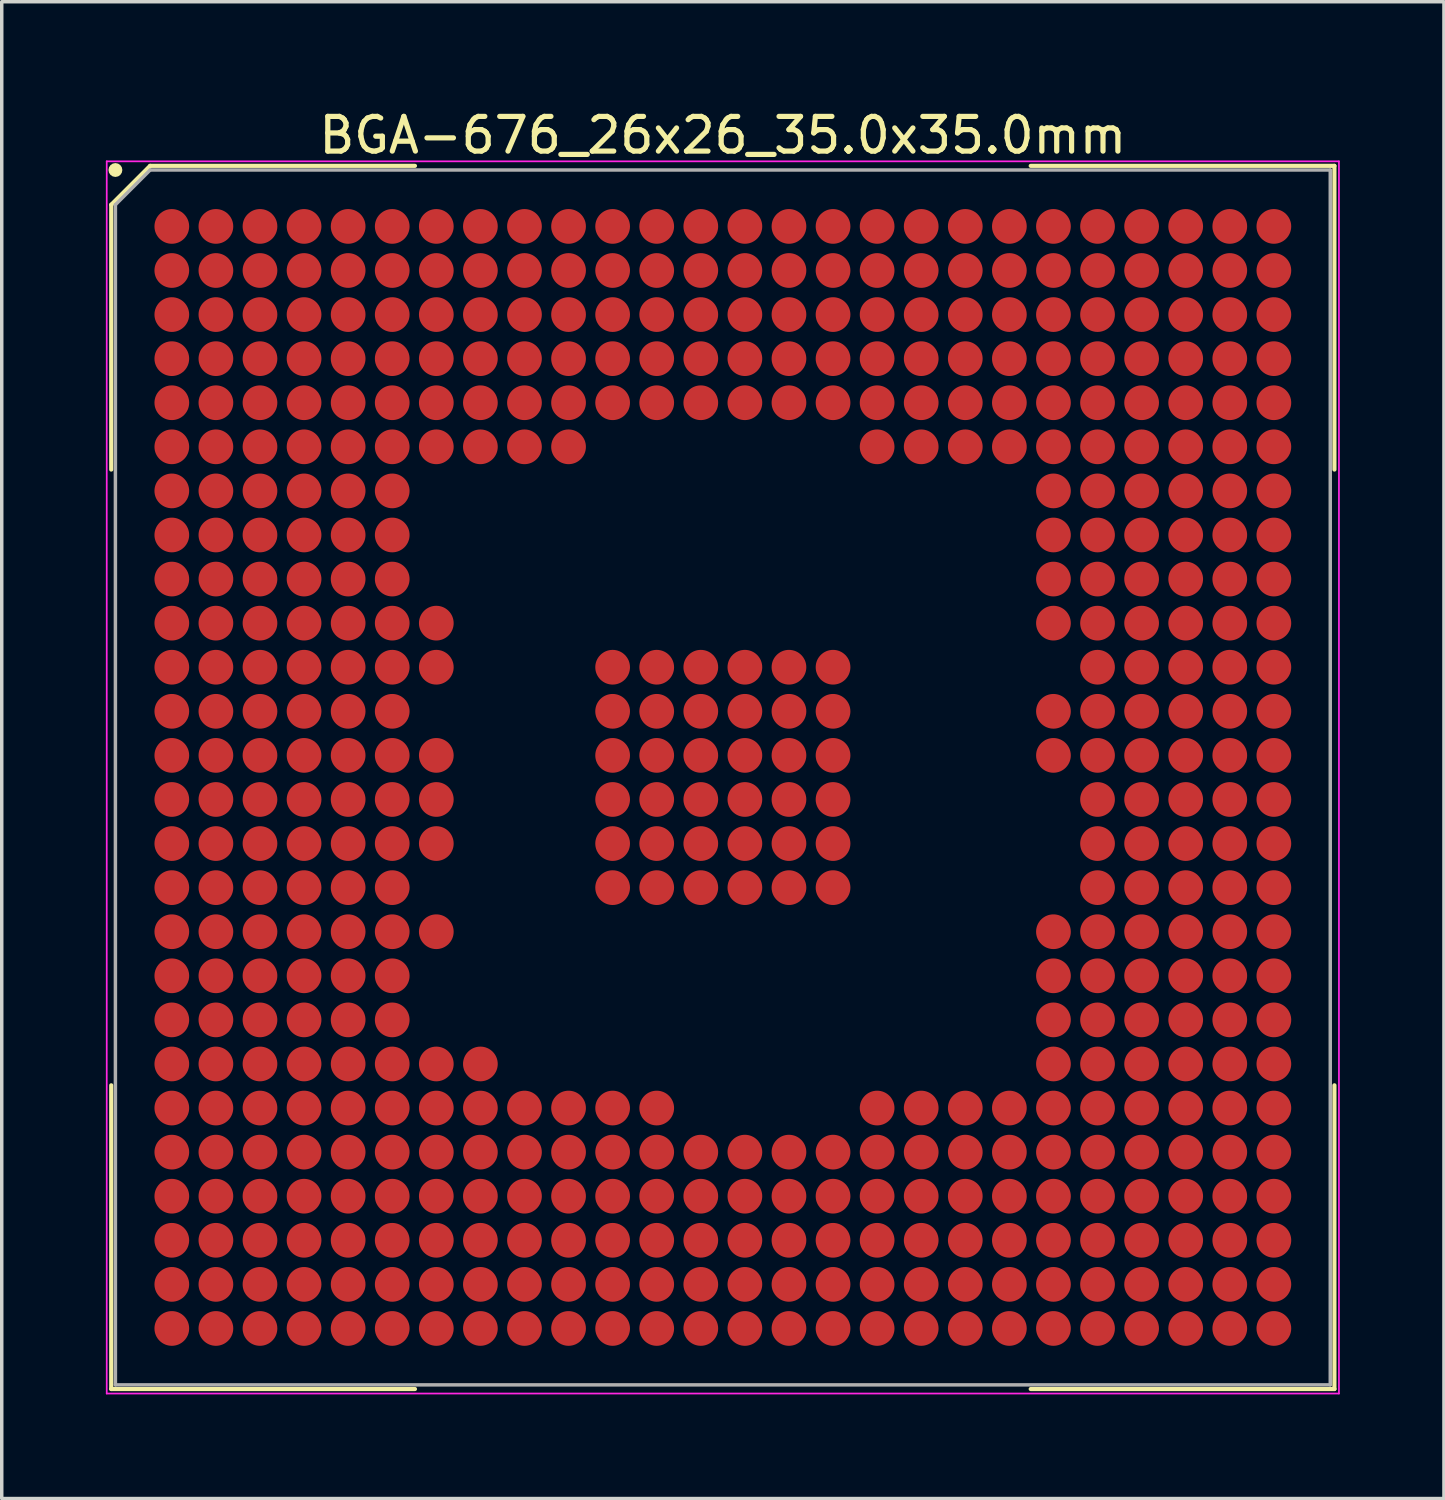
<source format=kicad_pcb>
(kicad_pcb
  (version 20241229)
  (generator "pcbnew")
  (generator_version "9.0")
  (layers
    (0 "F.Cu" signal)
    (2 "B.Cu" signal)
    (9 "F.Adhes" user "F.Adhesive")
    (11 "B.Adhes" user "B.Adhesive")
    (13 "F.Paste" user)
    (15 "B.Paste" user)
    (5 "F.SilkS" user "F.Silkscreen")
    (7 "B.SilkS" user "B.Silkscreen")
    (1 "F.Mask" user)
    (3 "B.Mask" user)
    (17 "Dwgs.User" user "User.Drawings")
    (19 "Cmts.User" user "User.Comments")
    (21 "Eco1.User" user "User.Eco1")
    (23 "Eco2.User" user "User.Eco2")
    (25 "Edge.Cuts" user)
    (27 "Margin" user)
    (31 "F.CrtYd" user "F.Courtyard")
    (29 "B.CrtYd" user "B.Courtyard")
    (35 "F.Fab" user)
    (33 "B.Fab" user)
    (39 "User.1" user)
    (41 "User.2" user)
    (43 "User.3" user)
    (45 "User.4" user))
  (footprint "BGA-676_26x26_35.0x35.0mm"
    (layer "F.Cu")
    (at 17.775 19.348)
    (property "Reference" "BGA-676_26x26_35.0x35.0mm" (at 0 -18.5 0) (layer "F.SilkS") (effects (font (size 1 1) (thickness 0.15))))
    (attr smd)
    (fp_line (start -17.62 -16.5) (end -17.62 -8.87) (stroke (width 0.12) (type default)) (layer "F.SilkS"))
    (fp_line (start -17.62 17.62) (end -17.62 8.87) (stroke (width 0.12) (type default)) (layer "F.SilkS"))
    (fp_line (start -16.5 -17.62) (end -17.62 -16.5) (stroke (width 0.12) (type default)) (layer "F.SilkS"))
    (fp_line (start -8.87 -17.62) (end -16.5 -17.62) (stroke (width 0.12) (type default)) (layer "F.SilkS"))
    (fp_line (start -8.87 17.62) (end -17.62 17.62) (stroke (width 0.12) (type default)) (layer "F.SilkS"))
    (fp_line (start 8.87 -17.62) (end 17.62 -17.62) (stroke (width 0.12) (type default)) (layer "F.SilkS"))
    (fp_line (start 8.87 17.62) (end 17.62 17.62) (stroke (width 0.12) (type default)) (layer "F.SilkS"))
    (fp_line (start 17.62 -17.62) (end 17.62 -8.87) (stroke (width 0.12) (type default)) (layer "F.SilkS"))
    (fp_line (start 17.62 17.62) (end 17.62 8.87) (stroke (width 0.12) (type default)) (layer "F.SilkS"))
    (fp_circle (center -17.5 -17.5) (end -17.5 -17.4) (stroke (width 0.2) (type default)) (fill no) (layer "F.SilkS"))
    (fp_line (start -17.75 -17.75) (end 17.75 -17.75) (stroke (width 0.05) (type default)) (layer "F.CrtYd"))
    (fp_line (start -17.75 17.75) (end -17.75 -17.75) (stroke (width 0.05) (type default)) (layer "F.CrtYd"))
    (fp_line (start 17.75 -17.75) (end 17.75 17.75) (stroke (width 0.05) (type default)) (layer "F.CrtYd"))
    (fp_line (start 17.75 17.75) (end -17.75 17.75) (stroke (width 0.05) (type default)) (layer "F.CrtYd"))
    (fp_line (start -17.5 -16.5) (end -17.5 17.5) (stroke (width 0.1) (type default)) (layer "F.Fab"))
    (fp_line (start -17.5 17.5) (end 17.5 17.5) (stroke (width 0.1) (type default)) (layer "F.Fab"))
    (fp_line (start -16.5 -17.5) (end -17.5 -16.5) (stroke (width 0.1) (type default)) (layer "F.Fab"))
    (fp_line (start 17.5 -17.5) (end -16.5 -17.5) (stroke (width 0.1) (type default)) (layer "F.Fab"))
    (fp_line (start 17.5 17.5) (end 17.5 -17.5) (stroke (width 0.1) (type default)) (layer "F.Fab"))
    (pad "A1" smd circle (at -15.875 -15.875) (size 1 1) (layers "F.Cu" "F.Mask" "F.Paste"))
    (pad "A2" smd circle (at -14.605 -15.875) (size 1 1) (layers "F.Cu" "F.Mask" "F.Paste"))
    (pad "A3" smd circle (at -13.335 -15.875) (size 1 1) (layers "F.Cu" "F.Mask" "F.Paste"))
    (pad "A4" smd circle (at -12.065 -15.875) (size 1 1) (layers "F.Cu" "F.Mask" "F.Paste"))
    (pad "A5" smd circle (at -10.795 -15.875) (size 1 1) (layers "F.Cu" "F.Mask" "F.Paste"))
    (pad "A6" smd circle (at -9.525 -15.875) (size 1 1) (layers "F.Cu" "F.Mask" "F.Paste"))
    (pad "A7" smd circle (at -8.255 -15.875) (size 1 1) (layers "F.Cu" "F.Mask" "F.Paste"))
    (pad "A8" smd circle (at -6.985 -15.875) (size 1 1) (layers "F.Cu" "F.Mask" "F.Paste"))
    (pad "A9" smd circle (at -5.715 -15.875) (size 1 1) (layers "F.Cu" "F.Mask" "F.Paste"))
    (pad "A10" smd circle (at -4.445 -15.875) (size 1 1) (layers "F.Cu" "F.Mask" "F.Paste"))
    (pad "A11" smd circle (at -3.175 -15.875) (size 1 1) (layers "F.Cu" "F.Mask" "F.Paste"))
    (pad "A12" smd circle (at -1.905 -15.875) (size 1 1) (layers "F.Cu" "F.Mask" "F.Paste"))
    (pad "A13" smd circle (at -0.635 -15.875) (size 1 1) (layers "F.Cu" "F.Mask" "F.Paste"))
    (pad "A14" smd circle (at 0.635 -15.875) (size 1 1) (layers "F.Cu" "F.Mask" "F.Paste"))
    (pad "A15" smd circle (at 1.905 -15.875) (size 1 1) (layers "F.Cu" "F.Mask" "F.Paste"))
    (pad "A16" smd circle (at 3.175 -15.875) (size 1 1) (layers "F.Cu" "F.Mask" "F.Paste"))
    (pad "A17" smd circle (at 4.445 -15.875) (size 1 1) (layers "F.Cu" "F.Mask" "F.Paste"))
    (pad "A18" smd circle (at 5.715 -15.875) (size 1 1) (layers "F.Cu" "F.Mask" "F.Paste"))
    (pad "A19" smd circle (at 6.985 -15.875) (size 1 1) (layers "F.Cu" "F.Mask" "F.Paste"))
    (pad "A20" smd circle (at 8.255 -15.875) (size 1 1) (layers "F.Cu" "F.Mask" "F.Paste"))
    (pad "A21" smd circle (at 9.525 -15.875) (size 1 1) (layers "F.Cu" "F.Mask" "F.Paste"))
    (pad "A22" smd circle (at 10.795 -15.875) (size 1 1) (layers "F.Cu" "F.Mask" "F.Paste"))
    (pad "A23" smd circle (at 12.065 -15.875) (size 1 1) (layers "F.Cu" "F.Mask" "F.Paste"))
    (pad "A24" smd circle (at 13.335 -15.875) (size 1 1) (layers "F.Cu" "F.Mask" "F.Paste"))
    (pad "A25" smd circle (at 14.605 -15.875) (size 1 1) (layers "F.Cu" "F.Mask" "F.Paste"))
    (pad "A26" smd circle (at 15.875 -15.875) (size 1 1) (layers "F.Cu" "F.Mask" "F.Paste"))
    (pad "AA1" smd circle (at -15.875 9.525) (size 1 1) (layers "F.Cu" "F.Mask" "F.Paste"))
    (pad "AA2" smd circle (at -14.605 9.525) (size 1 1) (layers "F.Cu" "F.Mask" "F.Paste"))
    (pad "AA3" smd circle (at -13.335 9.525) (size 1 1) (layers "F.Cu" "F.Mask" "F.Paste"))
    (pad "AA4" smd circle (at -12.065 9.525) (size 1 1) (layers "F.Cu" "F.Mask" "F.Paste"))
    (pad "AA5" smd circle (at -10.795 9.525) (size 1 1) (layers "F.Cu" "F.Mask" "F.Paste"))
    (pad "AA6" smd circle (at -9.525 9.525) (size 1 1) (layers "F.Cu" "F.Mask" "F.Paste"))
    (pad "AA7" smd circle (at -8.255 9.525) (size 1 1) (layers "F.Cu" "F.Mask" "F.Paste"))
    (pad "AA8" smd circle (at -6.985 9.525) (size 1 1) (layers "F.Cu" "F.Mask" "F.Paste"))
    (pad "AA9" smd circle (at -5.715 9.525) (size 1 1) (layers "F.Cu" "F.Mask" "F.Paste"))
    (pad "AA10" smd circle (at -4.445 9.525) (size 1 1) (layers "F.Cu" "F.Mask" "F.Paste"))
    (pad "AA11" smd circle (at -3.175 9.525) (size 1 1) (layers "F.Cu" "F.Mask" "F.Paste"))
    (pad "AA12" smd circle (at -1.905 9.525) (size 1 1) (layers "F.Cu" "F.Mask" "F.Paste"))
    (pad "AA17" smd circle (at 4.445 9.525) (size 1 1) (layers "F.Cu" "F.Mask" "F.Paste"))
    (pad "AA18" smd circle (at 5.715 9.525) (size 1 1) (layers "F.Cu" "F.Mask" "F.Paste"))
    (pad "AA19" smd circle (at 6.985 9.525) (size 1 1) (layers "F.Cu" "F.Mask" "F.Paste"))
    (pad "AA20" smd circle (at 8.255 9.525) (size 1 1) (layers "F.Cu" "F.Mask" "F.Paste"))
    (pad "AA21" smd circle (at 9.525 9.525) (size 1 1) (layers "F.Cu" "F.Mask" "F.Paste"))
    (pad "AA22" smd circle (at 10.795 9.525) (size 1 1) (layers "F.Cu" "F.Mask" "F.Paste"))
    (pad "AA23" smd circle (at 12.065 9.525) (size 1 1) (layers "F.Cu" "F.Mask" "F.Paste"))
    (pad "AA24" smd circle (at 13.335 9.525) (size 1 1) (layers "F.Cu" "F.Mask" "F.Paste"))
    (pad "AA25" smd circle (at 14.605 9.525) (size 1 1) (layers "F.Cu" "F.Mask" "F.Paste"))
    (pad "AA26" smd circle (at 15.875 9.525) (size 1 1) (layers "F.Cu" "F.Mask" "F.Paste"))
    (pad "AB1" smd circle (at -15.875 10.795) (size 1 1) (layers "F.Cu" "F.Mask" "F.Paste"))
    (pad "AB2" smd circle (at -14.605 10.795) (size 1 1) (layers "F.Cu" "F.Mask" "F.Paste"))
    (pad "AB3" smd circle (at -13.335 10.795) (size 1 1) (layers "F.Cu" "F.Mask" "F.Paste"))
    (pad "AB4" smd circle (at -12.065 10.795) (size 1 1) (layers "F.Cu" "F.Mask" "F.Paste"))
    (pad "AB5" smd circle (at -10.795 10.795) (size 1 1) (layers "F.Cu" "F.Mask" "F.Paste"))
    (pad "AB6" smd circle (at -9.525 10.795) (size 1 1) (layers "F.Cu" "F.Mask" "F.Paste"))
    (pad "AB7" smd circle (at -8.255 10.795) (size 1 1) (layers "F.Cu" "F.Mask" "F.Paste"))
    (pad "AB8" smd circle (at -6.985 10.795) (size 1 1) (layers "F.Cu" "F.Mask" "F.Paste"))
    (pad "AB9" smd circle (at -5.715 10.795) (size 1 1) (layers "F.Cu" "F.Mask" "F.Paste"))
    (pad "AB10" smd circle (at -4.445 10.795) (size 1 1) (layers "F.Cu" "F.Mask" "F.Paste"))
    (pad "AB11" smd circle (at -3.175 10.795) (size 1 1) (layers "F.Cu" "F.Mask" "F.Paste"))
    (pad "AB12" smd circle (at -1.905 10.795) (size 1 1) (layers "F.Cu" "F.Mask" "F.Paste"))
    (pad "AB13" smd circle (at -0.635 10.795) (size 1 1) (layers "F.Cu" "F.Mask" "F.Paste"))
    (pad "AB14" smd circle (at 0.635 10.795) (size 1 1) (layers "F.Cu" "F.Mask" "F.Paste"))
    (pad "AB15" smd circle (at 1.905 10.795) (size 1 1) (layers "F.Cu" "F.Mask" "F.Paste"))
    (pad "AB16" smd circle (at 3.175 10.795) (size 1 1) (layers "F.Cu" "F.Mask" "F.Paste"))
    (pad "AB17" smd circle (at 4.445 10.795) (size 1 1) (layers "F.Cu" "F.Mask" "F.Paste"))
    (pad "AB18" smd circle (at 5.715 10.795) (size 1 1) (layers "F.Cu" "F.Mask" "F.Paste"))
    (pad "AB19" smd circle (at 6.985 10.795) (size 1 1) (layers "F.Cu" "F.Mask" "F.Paste"))
    (pad "AB20" smd circle (at 8.255 10.795) (size 1 1) (layers "F.Cu" "F.Mask" "F.Paste"))
    (pad "AB21" smd circle (at 9.525 10.795) (size 1 1) (layers "F.Cu" "F.Mask" "F.Paste"))
    (pad "AB22" smd circle (at 10.795 10.795) (size 1 1) (layers "F.Cu" "F.Mask" "F.Paste"))
    (pad "AB23" smd circle (at 12.065 10.795) (size 1 1) (layers "F.Cu" "F.Mask" "F.Paste"))
    (pad "AB24" smd circle (at 13.335 10.795) (size 1 1) (layers "F.Cu" "F.Mask" "F.Paste"))
    (pad "AB25" smd circle (at 14.605 10.795) (size 1 1) (layers "F.Cu" "F.Mask" "F.Paste"))
    (pad "AB26" smd circle (at 15.875 10.795) (size 1 1) (layers "F.Cu" "F.Mask" "F.Paste"))
    (pad "AC1" smd circle (at -15.875 12.065) (size 1 1) (layers "F.Cu" "F.Mask" "F.Paste"))
    (pad "AC2" smd circle (at -14.605 12.065) (size 1 1) (layers "F.Cu" "F.Mask" "F.Paste"))
    (pad "AC3" smd circle (at -13.335 12.065) (size 1 1) (layers "F.Cu" "F.Mask" "F.Paste"))
    (pad "AC4" smd circle (at -12.065 12.065) (size 1 1) (layers "F.Cu" "F.Mask" "F.Paste"))
    (pad "AC5" smd circle (at -10.795 12.065) (size 1 1) (layers "F.Cu" "F.Mask" "F.Paste"))
    (pad "AC6" smd circle (at -9.525 12.065) (size 1 1) (layers "F.Cu" "F.Mask" "F.Paste"))
    (pad "AC7" smd circle (at -8.255 12.065) (size 1 1) (layers "F.Cu" "F.Mask" "F.Paste"))
    (pad "AC8" smd circle (at -6.985 12.065) (size 1 1) (layers "F.Cu" "F.Mask" "F.Paste"))
    (pad "AC9" smd circle (at -5.715 12.065) (size 1 1) (layers "F.Cu" "F.Mask" "F.Paste"))
    (pad "AC10" smd circle (at -4.445 12.065) (size 1 1) (layers "F.Cu" "F.Mask" "F.Paste"))
    (pad "AC11" smd circle (at -3.175 12.065) (size 1 1) (layers "F.Cu" "F.Mask" "F.Paste"))
    (pad "AC12" smd circle (at -1.905 12.065) (size 1 1) (layers "F.Cu" "F.Mask" "F.Paste"))
    (pad "AC13" smd circle (at -0.635 12.065) (size 1 1) (layers "F.Cu" "F.Mask" "F.Paste"))
    (pad "AC14" smd circle (at 0.635 12.065) (size 1 1) (layers "F.Cu" "F.Mask" "F.Paste"))
    (pad "AC15" smd circle (at 1.905 12.065) (size 1 1) (layers "F.Cu" "F.Mask" "F.Paste"))
    (pad "AC16" smd circle (at 3.175 12.065) (size 1 1) (layers "F.Cu" "F.Mask" "F.Paste"))
    (pad "AC17" smd circle (at 4.445 12.065) (size 1 1) (layers "F.Cu" "F.Mask" "F.Paste"))
    (pad "AC18" smd circle (at 5.715 12.065) (size 1 1) (layers "F.Cu" "F.Mask" "F.Paste"))
    (pad "AC19" smd circle (at 6.985 12.065) (size 1 1) (layers "F.Cu" "F.Mask" "F.Paste"))
    (pad "AC20" smd circle (at 8.255 12.065) (size 1 1) (layers "F.Cu" "F.Mask" "F.Paste"))
    (pad "AC21" smd circle (at 9.525 12.065) (size 1 1) (layers "F.Cu" "F.Mask" "F.Paste"))
    (pad "AC22" smd circle (at 10.795 12.065) (size 1 1) (layers "F.Cu" "F.Mask" "F.Paste"))
    (pad "AC23" smd circle (at 12.065 12.065) (size 1 1) (layers "F.Cu" "F.Mask" "F.Paste"))
    (pad "AC24" smd circle (at 13.335 12.065) (size 1 1) (layers "F.Cu" "F.Mask" "F.Paste"))
    (pad "AC25" smd circle (at 14.605 12.065) (size 1 1) (layers "F.Cu" "F.Mask" "F.Paste"))
    (pad "AC26" smd circle (at 15.875 12.065) (size 1 1) (layers "F.Cu" "F.Mask" "F.Paste"))
    (pad "AD1" smd circle (at -15.875 13.335) (size 1 1) (layers "F.Cu" "F.Mask" "F.Paste"))
    (pad "AD2" smd circle (at -14.605 13.335) (size 1 1) (layers "F.Cu" "F.Mask" "F.Paste"))
    (pad "AD3" smd circle (at -13.335 13.335) (size 1 1) (layers "F.Cu" "F.Mask" "F.Paste"))
    (pad "AD4" smd circle (at -12.065 13.335) (size 1 1) (layers "F.Cu" "F.Mask" "F.Paste"))
    (pad "AD5" smd circle (at -10.795 13.335) (size 1 1) (layers "F.Cu" "F.Mask" "F.Paste"))
    (pad "AD6" smd circle (at -9.525 13.335) (size 1 1) (layers "F.Cu" "F.Mask" "F.Paste"))
    (pad "AD7" smd circle (at -8.255 13.335) (size 1 1) (layers "F.Cu" "F.Mask" "F.Paste"))
    (pad "AD8" smd circle (at -6.985 13.335) (size 1 1) (layers "F.Cu" "F.Mask" "F.Paste"))
    (pad "AD9" smd circle (at -5.715 13.335) (size 1 1) (layers "F.Cu" "F.Mask" "F.Paste"))
    (pad "AD10" smd circle (at -4.445 13.335) (size 1 1) (layers "F.Cu" "F.Mask" "F.Paste"))
    (pad "AD11" smd circle (at -3.175 13.335) (size 1 1) (layers "F.Cu" "F.Mask" "F.Paste"))
    (pad "AD12" smd circle (at -1.905 13.335) (size 1 1) (layers "F.Cu" "F.Mask" "F.Paste"))
    (pad "AD13" smd circle (at -0.635 13.335) (size 1 1) (layers "F.Cu" "F.Mask" "F.Paste"))
    (pad "AD14" smd circle (at 0.635 13.335) (size 1 1) (layers "F.Cu" "F.Mask" "F.Paste"))
    (pad "AD15" smd circle (at 1.905 13.335) (size 1 1) (layers "F.Cu" "F.Mask" "F.Paste"))
    (pad "AD16" smd circle (at 3.175 13.335) (size 1 1) (layers "F.Cu" "F.Mask" "F.Paste"))
    (pad "AD17" smd circle (at 4.445 13.335) (size 1 1) (layers "F.Cu" "F.Mask" "F.Paste"))
    (pad "AD18" smd circle (at 5.715 13.335) (size 1 1) (layers "F.Cu" "F.Mask" "F.Paste"))
    (pad "AD19" smd circle (at 6.985 13.335) (size 1 1) (layers "F.Cu" "F.Mask" "F.Paste"))
    (pad "AD20" smd circle (at 8.255 13.335) (size 1 1) (layers "F.Cu" "F.Mask" "F.Paste"))
    (pad "AD21" smd circle (at 9.525 13.335) (size 1 1) (layers "F.Cu" "F.Mask" "F.Paste"))
    (pad "AD22" smd circle (at 10.795 13.335) (size 1 1) (layers "F.Cu" "F.Mask" "F.Paste"))
    (pad "AD23" smd circle (at 12.065 13.335) (size 1 1) (layers "F.Cu" "F.Mask" "F.Paste"))
    (pad "AD24" smd circle (at 13.335 13.335) (size 1 1) (layers "F.Cu" "F.Mask" "F.Paste"))
    (pad "AD25" smd circle (at 14.605 13.335) (size 1 1) (layers "F.Cu" "F.Mask" "F.Paste"))
    (pad "AD26" smd circle (at 15.875 13.335) (size 1 1) (layers "F.Cu" "F.Mask" "F.Paste"))
    (pad "AE1" smd circle (at -15.875 14.605) (size 1 1) (layers "F.Cu" "F.Mask" "F.Paste"))
    (pad "AE2" smd circle (at -14.605 14.605) (size 1 1) (layers "F.Cu" "F.Mask" "F.Paste"))
    (pad "AE3" smd circle (at -13.335 14.605) (size 1 1) (layers "F.Cu" "F.Mask" "F.Paste"))
    (pad "AE4" smd circle (at -12.065 14.605) (size 1 1) (layers "F.Cu" "F.Mask" "F.Paste"))
    (pad "AE5" smd circle (at -10.795 14.605) (size 1 1) (layers "F.Cu" "F.Mask" "F.Paste"))
    (pad "AE6" smd circle (at -9.525 14.605) (size 1 1) (layers "F.Cu" "F.Mask" "F.Paste"))
    (pad "AE7" smd circle (at -8.255 14.605) (size 1 1) (layers "F.Cu" "F.Mask" "F.Paste"))
    (pad "AE8" smd circle (at -6.985 14.605) (size 1 1) (layers "F.Cu" "F.Mask" "F.Paste"))
    (pad "AE9" smd circle (at -5.715 14.605) (size 1 1) (layers "F.Cu" "F.Mask" "F.Paste"))
    (pad "AE10" smd circle (at -4.445 14.605) (size 1 1) (layers "F.Cu" "F.Mask" "F.Paste"))
    (pad "AE11" smd circle (at -3.175 14.605) (size 1 1) (layers "F.Cu" "F.Mask" "F.Paste"))
    (pad "AE12" smd circle (at -1.905 14.605) (size 1 1) (layers "F.Cu" "F.Mask" "F.Paste"))
    (pad "AE13" smd circle (at -0.635 14.605) (size 1 1) (layers "F.Cu" "F.Mask" "F.Paste"))
    (pad "AE14" smd circle (at 0.635 14.605) (size 1 1) (layers "F.Cu" "F.Mask" "F.Paste"))
    (pad "AE15" smd circle (at 1.905 14.605) (size 1 1) (layers "F.Cu" "F.Mask" "F.Paste"))
    (pad "AE16" smd circle (at 3.175 14.605) (size 1 1) (layers "F.Cu" "F.Mask" "F.Paste"))
    (pad "AE17" smd circle (at 4.445 14.605) (size 1 1) (layers "F.Cu" "F.Mask" "F.Paste"))
    (pad "AE18" smd circle (at 5.715 14.605) (size 1 1) (layers "F.Cu" "F.Mask" "F.Paste"))
    (pad "AE19" smd circle (at 6.985 14.605) (size 1 1) (layers "F.Cu" "F.Mask" "F.Paste"))
    (pad "AE20" smd circle (at 8.255 14.605) (size 1 1) (layers "F.Cu" "F.Mask" "F.Paste"))
    (pad "AE21" smd circle (at 9.525 14.605) (size 1 1) (layers "F.Cu" "F.Mask" "F.Paste"))
    (pad "AE22" smd circle (at 10.795 14.605) (size 1 1) (layers "F.Cu" "F.Mask" "F.Paste"))
    (pad "AE23" smd circle (at 12.065 14.605) (size 1 1) (layers "F.Cu" "F.Mask" "F.Paste"))
    (pad "AE24" smd circle (at 13.335 14.605) (size 1 1) (layers "F.Cu" "F.Mask" "F.Paste"))
    (pad "AE25" smd circle (at 14.605 14.605) (size 1 1) (layers "F.Cu" "F.Mask" "F.Paste"))
    (pad "AE26" smd circle (at 15.875 14.605) (size 1 1) (layers "F.Cu" "F.Mask" "F.Paste"))
    (pad "AF1" smd circle (at -15.875 15.875) (size 1 1) (layers "F.Cu" "F.Mask" "F.Paste"))
    (pad "AF2" smd circle (at -14.605 15.875) (size 1 1) (layers "F.Cu" "F.Mask" "F.Paste"))
    (pad "AF3" smd circle (at -13.335 15.875) (size 1 1) (layers "F.Cu" "F.Mask" "F.Paste"))
    (pad "AF4" smd circle (at -12.065 15.875) (size 1 1) (layers "F.Cu" "F.Mask" "F.Paste"))
    (pad "AF5" smd circle (at -10.795 15.875) (size 1 1) (layers "F.Cu" "F.Mask" "F.Paste"))
    (pad "AF6" smd circle (at -9.525 15.875) (size 1 1) (layers "F.Cu" "F.Mask" "F.Paste"))
    (pad "AF7" smd circle (at -8.255 15.875) (size 1 1) (layers "F.Cu" "F.Mask" "F.Paste"))
    (pad "AF8" smd circle (at -6.985 15.875) (size 1 1) (layers "F.Cu" "F.Mask" "F.Paste"))
    (pad "AF9" smd circle (at -5.715 15.875) (size 1 1) (layers "F.Cu" "F.Mask" "F.Paste"))
    (pad "AF10" smd circle (at -4.445 15.875) (size 1 1) (layers "F.Cu" "F.Mask" "F.Paste"))
    (pad "AF11" smd circle (at -3.175 15.875) (size 1 1) (layers "F.Cu" "F.Mask" "F.Paste"))
    (pad "AF12" smd circle (at -1.905 15.875) (size 1 1) (layers "F.Cu" "F.Mask" "F.Paste"))
    (pad "AF13" smd circle (at -0.635 15.875) (size 1 1) (layers "F.Cu" "F.Mask" "F.Paste"))
    (pad "AF14" smd circle (at 0.635 15.875) (size 1 1) (layers "F.Cu" "F.Mask" "F.Paste"))
    (pad "AF15" smd circle (at 1.905 15.875) (size 1 1) (layers "F.Cu" "F.Mask" "F.Paste"))
    (pad "AF16" smd circle (at 3.175 15.875) (size 1 1) (layers "F.Cu" "F.Mask" "F.Paste"))
    (pad "AF17" smd circle (at 4.445 15.875) (size 1 1) (layers "F.Cu" "F.Mask" "F.Paste"))
    (pad "AF18" smd circle (at 5.715 15.875) (size 1 1) (layers "F.Cu" "F.Mask" "F.Paste"))
    (pad "AF19" smd circle (at 6.985 15.875) (size 1 1) (layers "F.Cu" "F.Mask" "F.Paste"))
    (pad "AF20" smd circle (at 8.255 15.875) (size 1 1) (layers "F.Cu" "F.Mask" "F.Paste"))
    (pad "AF21" smd circle (at 9.525 15.875) (size 1 1) (layers "F.Cu" "F.Mask" "F.Paste"))
    (pad "AF22" smd circle (at 10.795 15.875) (size 1 1) (layers "F.Cu" "F.Mask" "F.Paste"))
    (pad "AF23" smd circle (at 12.065 15.875) (size 1 1) (layers "F.Cu" "F.Mask" "F.Paste"))
    (pad "AF24" smd circle (at 13.335 15.875) (size 1 1) (layers "F.Cu" "F.Mask" "F.Paste"))
    (pad "AF25" smd circle (at 14.605 15.875) (size 1 1) (layers "F.Cu" "F.Mask" "F.Paste"))
    (pad "AF26" smd circle (at 15.875 15.875) (size 1 1) (layers "F.Cu" "F.Mask" "F.Paste"))
    (pad "B1" smd circle (at -15.875 -14.605) (size 1 1) (layers "F.Cu" "F.Mask" "F.Paste"))
    (pad "B2" smd circle (at -14.605 -14.605) (size 1 1) (layers "F.Cu" "F.Mask" "F.Paste"))
    (pad "B3" smd circle (at -13.335 -14.605) (size 1 1) (layers "F.Cu" "F.Mask" "F.Paste"))
    (pad "B4" smd circle (at -12.065 -14.605) (size 1 1) (layers "F.Cu" "F.Mask" "F.Paste"))
    (pad "B5" smd circle (at -10.795 -14.605) (size 1 1) (layers "F.Cu" "F.Mask" "F.Paste"))
    (pad "B6" smd circle (at -9.525 -14.605) (size 1 1) (layers "F.Cu" "F.Mask" "F.Paste"))
    (pad "B7" smd circle (at -8.255 -14.605) (size 1 1) (layers "F.Cu" "F.Mask" "F.Paste"))
    (pad "B8" smd circle (at -6.985 -14.605) (size 1 1) (layers "F.Cu" "F.Mask" "F.Paste"))
    (pad "B9" smd circle (at -5.715 -14.605) (size 1 1) (layers "F.Cu" "F.Mask" "F.Paste"))
    (pad "B10" smd circle (at -4.445 -14.605) (size 1 1) (layers "F.Cu" "F.Mask" "F.Paste"))
    (pad "B11" smd circle (at -3.175 -14.605) (size 1 1) (layers "F.Cu" "F.Mask" "F.Paste"))
    (pad "B12" smd circle (at -1.905 -14.605) (size 1 1) (layers "F.Cu" "F.Mask" "F.Paste"))
    (pad "B13" smd circle (at -0.635 -14.605) (size 1 1) (layers "F.Cu" "F.Mask" "F.Paste"))
    (pad "B14" smd circle (at 0.635 -14.605) (size 1 1) (layers "F.Cu" "F.Mask" "F.Paste"))
    (pad "B15" smd circle (at 1.905 -14.605) (size 1 1) (layers "F.Cu" "F.Mask" "F.Paste"))
    (pad "B16" smd circle (at 3.175 -14.605) (size 1 1) (layers "F.Cu" "F.Mask" "F.Paste"))
    (pad "B17" smd circle (at 4.445 -14.605) (size 1 1) (layers "F.Cu" "F.Mask" "F.Paste"))
    (pad "B18" smd circle (at 5.715 -14.605) (size 1 1) (layers "F.Cu" "F.Mask" "F.Paste"))
    (pad "B19" smd circle (at 6.985 -14.605) (size 1 1) (layers "F.Cu" "F.Mask" "F.Paste"))
    (pad "B20" smd circle (at 8.255 -14.605) (size 1 1) (layers "F.Cu" "F.Mask" "F.Paste"))
    (pad "B21" smd circle (at 9.525 -14.605) (size 1 1) (layers "F.Cu" "F.Mask" "F.Paste"))
    (pad "B22" smd circle (at 10.795 -14.605) (size 1 1) (layers "F.Cu" "F.Mask" "F.Paste"))
    (pad "B23" smd circle (at 12.065 -14.605) (size 1 1) (layers "F.Cu" "F.Mask" "F.Paste"))
    (pad "B24" smd circle (at 13.335 -14.605) (size 1 1) (layers "F.Cu" "F.Mask" "F.Paste"))
    (pad "B25" smd circle (at 14.605 -14.605) (size 1 1) (layers "F.Cu" "F.Mask" "F.Paste"))
    (pad "B26" smd circle (at 15.875 -14.605) (size 1 1) (layers "F.Cu" "F.Mask" "F.Paste"))
    (pad "C1" smd circle (at -15.875 -13.335) (size 1 1) (layers "F.Cu" "F.Mask" "F.Paste"))
    (pad "C2" smd circle (at -14.605 -13.335) (size 1 1) (layers "F.Cu" "F.Mask" "F.Paste"))
    (pad "C3" smd circle (at -13.335 -13.335) (size 1 1) (layers "F.Cu" "F.Mask" "F.Paste"))
    (pad "C4" smd circle (at -12.065 -13.335) (size 1 1) (layers "F.Cu" "F.Mask" "F.Paste"))
    (pad "C5" smd circle (at -10.795 -13.335) (size 1 1) (layers "F.Cu" "F.Mask" "F.Paste"))
    (pad "C6" smd circle (at -9.525 -13.335) (size 1 1) (layers "F.Cu" "F.Mask" "F.Paste"))
    (pad "C7" smd circle (at -8.255 -13.335) (size 1 1) (layers "F.Cu" "F.Mask" "F.Paste"))
    (pad "C8" smd circle (at -6.985 -13.335) (size 1 1) (layers "F.Cu" "F.Mask" "F.Paste"))
    (pad "C9" smd circle (at -5.715 -13.335) (size 1 1) (layers "F.Cu" "F.Mask" "F.Paste"))
    (pad "C10" smd circle (at -4.445 -13.335) (size 1 1) (layers "F.Cu" "F.Mask" "F.Paste"))
    (pad "C11" smd circle (at -3.175 -13.335) (size 1 1) (layers "F.Cu" "F.Mask" "F.Paste"))
    (pad "C12" smd circle (at -1.905 -13.335) (size 1 1) (layers "F.Cu" "F.Mask" "F.Paste"))
    (pad "C13" smd circle (at -0.635 -13.335) (size 1 1) (layers "F.Cu" "F.Mask" "F.Paste"))
    (pad "C14" smd circle (at 0.635 -13.335) (size 1 1) (layers "F.Cu" "F.Mask" "F.Paste"))
    (pad "C15" smd circle (at 1.905 -13.335) (size 1 1) (layers "F.Cu" "F.Mask" "F.Paste"))
    (pad "C16" smd circle (at 3.175 -13.335) (size 1 1) (layers "F.Cu" "F.Mask" "F.Paste"))
    (pad "C17" smd circle (at 4.445 -13.335) (size 1 1) (layers "F.Cu" "F.Mask" "F.Paste"))
    (pad "C18" smd circle (at 5.715 -13.335) (size 1 1) (layers "F.Cu" "F.Mask" "F.Paste"))
    (pad "C19" smd circle (at 6.985 -13.335) (size 1 1) (layers "F.Cu" "F.Mask" "F.Paste"))
    (pad "C20" smd circle (at 8.255 -13.335) (size 1 1) (layers "F.Cu" "F.Mask" "F.Paste"))
    (pad "C21" smd circle (at 9.525 -13.335) (size 1 1) (layers "F.Cu" "F.Mask" "F.Paste"))
    (pad "C22" smd circle (at 10.795 -13.335) (size 1 1) (layers "F.Cu" "F.Mask" "F.Paste"))
    (pad "C23" smd circle (at 12.065 -13.335) (size 1 1) (layers "F.Cu" "F.Mask" "F.Paste"))
    (pad "C24" smd circle (at 13.335 -13.335) (size 1 1) (layers "F.Cu" "F.Mask" "F.Paste"))
    (pad "C25" smd circle (at 14.605 -13.335) (size 1 1) (layers "F.Cu" "F.Mask" "F.Paste"))
    (pad "C26" smd circle (at 15.875 -13.335) (size 1 1) (layers "F.Cu" "F.Mask" "F.Paste"))
    (pad "D1" smd circle (at -15.875 -12.065) (size 1 1) (layers "F.Cu" "F.Mask" "F.Paste"))
    (pad "D2" smd circle (at -14.605 -12.065) (size 1 1) (layers "F.Cu" "F.Mask" "F.Paste"))
    (pad "D3" smd circle (at -13.335 -12.065) (size 1 1) (layers "F.Cu" "F.Mask" "F.Paste"))
    (pad "D4" smd circle (at -12.065 -12.065) (size 1 1) (layers "F.Cu" "F.Mask" "F.Paste"))
    (pad "D5" smd circle (at -10.795 -12.065) (size 1 1) (layers "F.Cu" "F.Mask" "F.Paste"))
    (pad "D6" smd circle (at -9.525 -12.065) (size 1 1) (layers "F.Cu" "F.Mask" "F.Paste"))
    (pad "D7" smd circle (at -8.255 -12.065) (size 1 1) (layers "F.Cu" "F.Mask" "F.Paste"))
    (pad "D8" smd circle (at -6.985 -12.065) (size 1 1) (layers "F.Cu" "F.Mask" "F.Paste"))
    (pad "D9" smd circle (at -5.715 -12.065) (size 1 1) (layers "F.Cu" "F.Mask" "F.Paste"))
    (pad "D10" smd circle (at -4.445 -12.065) (size 1 1) (layers "F.Cu" "F.Mask" "F.Paste"))
    (pad "D11" smd circle (at -3.175 -12.065) (size 1 1) (layers "F.Cu" "F.Mask" "F.Paste"))
    (pad "D12" smd circle (at -1.905 -12.065) (size 1 1) (layers "F.Cu" "F.Mask" "F.Paste"))
    (pad "D13" smd circle (at -0.635 -12.065) (size 1 1) (layers "F.Cu" "F.Mask" "F.Paste"))
    (pad "D14" smd circle (at 0.635 -12.065) (size 1 1) (layers "F.Cu" "F.Mask" "F.Paste"))
    (pad "D15" smd circle (at 1.905 -12.065) (size 1 1) (layers "F.Cu" "F.Mask" "F.Paste"))
    (pad "D16" smd circle (at 3.175 -12.065) (size 1 1) (layers "F.Cu" "F.Mask" "F.Paste"))
    (pad "D17" smd circle (at 4.445 -12.065) (size 1 1) (layers "F.Cu" "F.Mask" "F.Paste"))
    (pad "D18" smd circle (at 5.715 -12.065) (size 1 1) (layers "F.Cu" "F.Mask" "F.Paste"))
    (pad "D19" smd circle (at 6.985 -12.065) (size 1 1) (layers "F.Cu" "F.Mask" "F.Paste"))
    (pad "D20" smd circle (at 8.255 -12.065) (size 1 1) (layers "F.Cu" "F.Mask" "F.Paste"))
    (pad "D21" smd circle (at 9.525 -12.065) (size 1 1) (layers "F.Cu" "F.Mask" "F.Paste"))
    (pad "D22" smd circle (at 10.795 -12.065) (size 1 1) (layers "F.Cu" "F.Mask" "F.Paste"))
    (pad "D23" smd circle (at 12.065 -12.065) (size 1 1) (layers "F.Cu" "F.Mask" "F.Paste"))
    (pad "D24" smd circle (at 13.335 -12.065) (size 1 1) (layers "F.Cu" "F.Mask" "F.Paste"))
    (pad "D25" smd circle (at 14.605 -12.065) (size 1 1) (layers "F.Cu" "F.Mask" "F.Paste"))
    (pad "D26" smd circle (at 15.875 -12.065) (size 1 1) (layers "F.Cu" "F.Mask" "F.Paste"))
    (pad "E1" smd circle (at -15.875 -10.795) (size 1 1) (layers "F.Cu" "F.Mask" "F.Paste"))
    (pad "E2" smd circle (at -14.605 -10.795) (size 1 1) (layers "F.Cu" "F.Mask" "F.Paste"))
    (pad "E3" smd circle (at -13.335 -10.795) (size 1 1) (layers "F.Cu" "F.Mask" "F.Paste"))
    (pad "E4" smd circle (at -12.065 -10.795) (size 1 1) (layers "F.Cu" "F.Mask" "F.Paste"))
    (pad "E5" smd circle (at -10.795 -10.795) (size 1 1) (layers "F.Cu" "F.Mask" "F.Paste"))
    (pad "E6" smd circle (at -9.525 -10.795) (size 1 1) (layers "F.Cu" "F.Mask" "F.Paste"))
    (pad "E7" smd circle (at -8.255 -10.795) (size 1 1) (layers "F.Cu" "F.Mask" "F.Paste"))
    (pad "E8" smd circle (at -6.985 -10.795) (size 1 1) (layers "F.Cu" "F.Mask" "F.Paste"))
    (pad "E9" smd circle (at -5.715 -10.795) (size 1 1) (layers "F.Cu" "F.Mask" "F.Paste"))
    (pad "E10" smd circle (at -4.445 -10.795) (size 1 1) (layers "F.Cu" "F.Mask" "F.Paste"))
    (pad "E11" smd circle (at -3.175 -10.795) (size 1 1) (layers "F.Cu" "F.Mask" "F.Paste"))
    (pad "E12" smd circle (at -1.905 -10.795) (size 1 1) (layers "F.Cu" "F.Mask" "F.Paste"))
    (pad "E13" smd circle (at -0.635 -10.795) (size 1 1) (layers "F.Cu" "F.Mask" "F.Paste"))
    (pad "E14" smd circle (at 0.635 -10.795) (size 1 1) (layers "F.Cu" "F.Mask" "F.Paste"))
    (pad "E15" smd circle (at 1.905 -10.795) (size 1 1) (layers "F.Cu" "F.Mask" "F.Paste"))
    (pad "E16" smd circle (at 3.175 -10.795) (size 1 1) (layers "F.Cu" "F.Mask" "F.Paste"))
    (pad "E17" smd circle (at 4.445 -10.795) (size 1 1) (layers "F.Cu" "F.Mask" "F.Paste"))
    (pad "E18" smd circle (at 5.715 -10.795) (size 1 1) (layers "F.Cu" "F.Mask" "F.Paste"))
    (pad "E19" smd circle (at 6.985 -10.795) (size 1 1) (layers "F.Cu" "F.Mask" "F.Paste"))
    (pad "E20" smd circle (at 8.255 -10.795) (size 1 1) (layers "F.Cu" "F.Mask" "F.Paste"))
    (pad "E21" smd circle (at 9.525 -10.795) (size 1 1) (layers "F.Cu" "F.Mask" "F.Paste"))
    (pad "E22" smd circle (at 10.795 -10.795) (size 1 1) (layers "F.Cu" "F.Mask" "F.Paste"))
    (pad "E23" smd circle (at 12.065 -10.795) (size 1 1) (layers "F.Cu" "F.Mask" "F.Paste"))
    (pad "E24" smd circle (at 13.335 -10.795) (size 1 1) (layers "F.Cu" "F.Mask" "F.Paste"))
    (pad "E25" smd circle (at 14.605 -10.795) (size 1 1) (layers "F.Cu" "F.Mask" "F.Paste"))
    (pad "E26" smd circle (at 15.875 -10.795) (size 1 1) (layers "F.Cu" "F.Mask" "F.Paste"))
    (pad "F1" smd circle (at -15.875 -9.525) (size 1 1) (layers "F.Cu" "F.Mask" "F.Paste"))
    (pad "F2" smd circle (at -14.605 -9.525) (size 1 1) (layers "F.Cu" "F.Mask" "F.Paste"))
    (pad "F3" smd circle (at -13.335 -9.525) (size 1 1) (layers "F.Cu" "F.Mask" "F.Paste"))
    (pad "F4" smd circle (at -12.065 -9.525) (size 1 1) (layers "F.Cu" "F.Mask" "F.Paste"))
    (pad "F5" smd circle (at -10.795 -9.525) (size 1 1) (layers "F.Cu" "F.Mask" "F.Paste"))
    (pad "F6" smd circle (at -9.525 -9.525) (size 1 1) (layers "F.Cu" "F.Mask" "F.Paste"))
    (pad "F7" smd circle (at -8.255 -9.525) (size 1 1) (layers "F.Cu" "F.Mask" "F.Paste"))
    (pad "F8" smd circle (at -6.985 -9.525) (size 1 1) (layers "F.Cu" "F.Mask" "F.Paste"))
    (pad "F9" smd circle (at -5.715 -9.525) (size 1 1) (layers "F.Cu" "F.Mask" "F.Paste"))
    (pad "F10" smd circle (at -4.445 -9.525) (size 1 1) (layers "F.Cu" "F.Mask" "F.Paste"))
    (pad "F17" smd circle (at 4.445 -9.525) (size 1 1) (layers "F.Cu" "F.Mask" "F.Paste"))
    (pad "F18" smd circle (at 5.715 -9.525) (size 1 1) (layers "F.Cu" "F.Mask" "F.Paste"))
    (pad "F19" smd circle (at 6.985 -9.525) (size 1 1) (layers "F.Cu" "F.Mask" "F.Paste"))
    (pad "F20" smd circle (at 8.255 -9.525) (size 1 1) (layers "F.Cu" "F.Mask" "F.Paste"))
    (pad "F21" smd circle (at 9.525 -9.525) (size 1 1) (layers "F.Cu" "F.Mask" "F.Paste"))
    (pad "F22" smd circle (at 10.795 -9.525) (size 1 1) (layers "F.Cu" "F.Mask" "F.Paste"))
    (pad "F23" smd circle (at 12.065 -9.525) (size 1 1) (layers "F.Cu" "F.Mask" "F.Paste"))
    (pad "F24" smd circle (at 13.335 -9.525) (size 1 1) (layers "F.Cu" "F.Mask" "F.Paste"))
    (pad "F25" smd circle (at 14.605 -9.525) (size 1 1) (layers "F.Cu" "F.Mask" "F.Paste"))
    (pad "F26" smd circle (at 15.875 -9.525) (size 1 1) (layers "F.Cu" "F.Mask" "F.Paste"))
    (pad "G1" smd circle (at -15.875 -8.255) (size 1 1) (layers "F.Cu" "F.Mask" "F.Paste"))
    (pad "G2" smd circle (at -14.605 -8.255) (size 1 1) (layers "F.Cu" "F.Mask" "F.Paste"))
    (pad "G3" smd circle (at -13.335 -8.255) (size 1 1) (layers "F.Cu" "F.Mask" "F.Paste"))
    (pad "G4" smd circle (at -12.065 -8.255) (size 1 1) (layers "F.Cu" "F.Mask" "F.Paste"))
    (pad "G5" smd circle (at -10.795 -8.255) (size 1 1) (layers "F.Cu" "F.Mask" "F.Paste"))
    (pad "G6" smd circle (at -9.525 -8.255) (size 1 1) (layers "F.Cu" "F.Mask" "F.Paste"))
    (pad "G21" smd circle (at 9.525 -8.255) (size 1 1) (layers "F.Cu" "F.Mask" "F.Paste"))
    (pad "G22" smd circle (at 10.795 -8.255) (size 1 1) (layers "F.Cu" "F.Mask" "F.Paste"))
    (pad "G23" smd circle (at 12.065 -8.255) (size 1 1) (layers "F.Cu" "F.Mask" "F.Paste"))
    (pad "G24" smd circle (at 13.335 -8.255) (size 1 1) (layers "F.Cu" "F.Mask" "F.Paste"))
    (pad "G25" smd circle (at 14.605 -8.255) (size 1 1) (layers "F.Cu" "F.Mask" "F.Paste"))
    (pad "G26" smd circle (at 15.875 -8.255) (size 1 1) (layers "F.Cu" "F.Mask" "F.Paste"))
    (pad "H1" smd circle (at -15.875 -6.985) (size 1 1) (layers "F.Cu" "F.Mask" "F.Paste"))
    (pad "H2" smd circle (at -14.605 -6.985) (size 1 1) (layers "F.Cu" "F.Mask" "F.Paste"))
    (pad "H3" smd circle (at -13.335 -6.985) (size 1 1) (layers "F.Cu" "F.Mask" "F.Paste"))
    (pad "H4" smd circle (at -12.065 -6.985) (size 1 1) (layers "F.Cu" "F.Mask" "F.Paste"))
    (pad "H5" smd circle (at -10.795 -6.985) (size 1 1) (layers "F.Cu" "F.Mask" "F.Paste"))
    (pad "H6" smd circle (at -9.525 -6.985) (size 1 1) (layers "F.Cu" "F.Mask" "F.Paste"))
    (pad "H21" smd circle (at 9.525 -6.985) (size 1 1) (layers "F.Cu" "F.Mask" "F.Paste"))
    (pad "H22" smd circle (at 10.795 -6.985) (size 1 1) (layers "F.Cu" "F.Mask" "F.Paste"))
    (pad "H23" smd circle (at 12.065 -6.985) (size 1 1) (layers "F.Cu" "F.Mask" "F.Paste"))
    (pad "H24" smd circle (at 13.335 -6.985) (size 1 1) (layers "F.Cu" "F.Mask" "F.Paste"))
    (pad "H25" smd circle (at 14.605 -6.985) (size 1 1) (layers "F.Cu" "F.Mask" "F.Paste"))
    (pad "H26" smd circle (at 15.875 -6.985) (size 1 1) (layers "F.Cu" "F.Mask" "F.Paste"))
    (pad "J1" smd circle (at -15.875 -5.715) (size 1 1) (layers "F.Cu" "F.Mask" "F.Paste"))
    (pad "J2" smd circle (at -14.605 -5.715) (size 1 1) (layers "F.Cu" "F.Mask" "F.Paste"))
    (pad "J3" smd circle (at -13.335 -5.715) (size 1 1) (layers "F.Cu" "F.Mask" "F.Paste"))
    (pad "J4" smd circle (at -12.065 -5.715) (size 1 1) (layers "F.Cu" "F.Mask" "F.Paste"))
    (pad "J5" smd circle (at -10.795 -5.715) (size 1 1) (layers "F.Cu" "F.Mask" "F.Paste"))
    (pad "J6" smd circle (at -9.525 -5.715) (size 1 1) (layers "F.Cu" "F.Mask" "F.Paste"))
    (pad "J21" smd circle (at 9.525 -5.715) (size 1 1) (layers "F.Cu" "F.Mask" "F.Paste"))
    (pad "J22" smd circle (at 10.795 -5.715) (size 1 1) (layers "F.Cu" "F.Mask" "F.Paste"))
    (pad "J23" smd circle (at 12.065 -5.715) (size 1 1) (layers "F.Cu" "F.Mask" "F.Paste"))
    (pad "J24" smd circle (at 13.335 -5.715) (size 1 1) (layers "F.Cu" "F.Mask" "F.Paste"))
    (pad "J25" smd circle (at 14.605 -5.715) (size 1 1) (layers "F.Cu" "F.Mask" "F.Paste"))
    (pad "J26" smd circle (at 15.875 -5.715) (size 1 1) (layers "F.Cu" "F.Mask" "F.Paste"))
    (pad "K1" smd circle (at -15.875 -4.445) (size 1 1) (layers "F.Cu" "F.Mask" "F.Paste"))
    (pad "K2" smd circle (at -14.605 -4.445) (size 1 1) (layers "F.Cu" "F.Mask" "F.Paste"))
    (pad "K3" smd circle (at -13.335 -4.445) (size 1 1) (layers "F.Cu" "F.Mask" "F.Paste"))
    (pad "K4" smd circle (at -12.065 -4.445) (size 1 1) (layers "F.Cu" "F.Mask" "F.Paste"))
    (pad "K5" smd circle (at -10.795 -4.445) (size 1 1) (layers "F.Cu" "F.Mask" "F.Paste"))
    (pad "K6" smd circle (at -9.525 -4.445) (size 1 1) (layers "F.Cu" "F.Mask" "F.Paste"))
    (pad "K7" smd circle (at -8.255 -4.445) (size 1 1) (layers "F.Cu" "F.Mask" "F.Paste"))
    (pad "K21" smd circle (at 9.525 -4.445) (size 1 1) (layers "F.Cu" "F.Mask" "F.Paste"))
    (pad "K22" smd circle (at 10.795 -4.445) (size 1 1) (layers "F.Cu" "F.Mask" "F.Paste"))
    (pad "K23" smd circle (at 12.065 -4.445) (size 1 1) (layers "F.Cu" "F.Mask" "F.Paste"))
    (pad "K24" smd circle (at 13.335 -4.445) (size 1 1) (layers "F.Cu" "F.Mask" "F.Paste"))
    (pad "K25" smd circle (at 14.605 -4.445) (size 1 1) (layers "F.Cu" "F.Mask" "F.Paste"))
    (pad "K26" smd circle (at 15.875 -4.445) (size 1 1) (layers "F.Cu" "F.Mask" "F.Paste"))
    (pad "L1" smd circle (at -15.875 -3.175) (size 1 1) (layers "F.Cu" "F.Mask" "F.Paste"))
    (pad "L2" smd circle (at -14.605 -3.175) (size 1 1) (layers "F.Cu" "F.Mask" "F.Paste"))
    (pad "L3" smd circle (at -13.335 -3.175) (size 1 1) (layers "F.Cu" "F.Mask" "F.Paste"))
    (pad "L4" smd circle (at -12.065 -3.175) (size 1 1) (layers "F.Cu" "F.Mask" "F.Paste"))
    (pad "L5" smd circle (at -10.795 -3.175) (size 1 1) (layers "F.Cu" "F.Mask" "F.Paste"))
    (pad "L6" smd circle (at -9.525 -3.175) (size 1 1) (layers "F.Cu" "F.Mask" "F.Paste"))
    (pad "L7" smd circle (at -8.255 -3.175) (size 1 1) (layers "F.Cu" "F.Mask" "F.Paste"))
    (pad "L11" smd circle (at -3.175 -3.175) (size 1 1) (layers "F.Cu" "F.Mask" "F.Paste"))
    (pad "L12" smd circle (at -1.905 -3.175) (size 1 1) (layers "F.Cu" "F.Mask" "F.Paste"))
    (pad "L13" smd circle (at -0.635 -3.175) (size 1 1) (layers "F.Cu" "F.Mask" "F.Paste"))
    (pad "L14" smd circle (at 0.635 -3.175) (size 1 1) (layers "F.Cu" "F.Mask" "F.Paste"))
    (pad "L15" smd circle (at 1.905 -3.175) (size 1 1) (layers "F.Cu" "F.Mask" "F.Paste"))
    (pad "L16" smd circle (at 3.175 -3.175) (size 1 1) (layers "F.Cu" "F.Mask" "F.Paste"))
    (pad "L22" smd circle (at 10.795 -3.175) (size 1 1) (layers "F.Cu" "F.Mask" "F.Paste"))
    (pad "L23" smd circle (at 12.065 -3.175) (size 1 1) (layers "F.Cu" "F.Mask" "F.Paste"))
    (pad "L24" smd circle (at 13.335 -3.175) (size 1 1) (layers "F.Cu" "F.Mask" "F.Paste"))
    (pad "L25" smd circle (at 14.605 -3.175) (size 1 1) (layers "F.Cu" "F.Mask" "F.Paste"))
    (pad "L26" smd circle (at 15.875 -3.175) (size 1 1) (layers "F.Cu" "F.Mask" "F.Paste"))
    (pad "M1" smd circle (at -15.875 -1.905) (size 1 1) (layers "F.Cu" "F.Mask" "F.Paste"))
    (pad "M2" smd circle (at -14.605 -1.905) (size 1 1) (layers "F.Cu" "F.Mask" "F.Paste"))
    (pad "M3" smd circle (at -13.335 -1.905) (size 1 1) (layers "F.Cu" "F.Mask" "F.Paste"))
    (pad "M4" smd circle (at -12.065 -1.905) (size 1 1) (layers "F.Cu" "F.Mask" "F.Paste"))
    (pad "M5" smd circle (at -10.795 -1.905) (size 1 1) (layers "F.Cu" "F.Mask" "F.Paste"))
    (pad "M6" smd circle (at -9.525 -1.905) (size 1 1) (layers "F.Cu" "F.Mask" "F.Paste"))
    (pad "M11" smd circle (at -3.175 -1.905) (size 1 1) (layers "F.Cu" "F.Mask" "F.Paste"))
    (pad "M12" smd circle (at -1.905 -1.905) (size 1 1) (layers "F.Cu" "F.Mask" "F.Paste"))
    (pad "M13" smd circle (at -0.635 -1.905) (size 1 1) (layers "F.Cu" "F.Mask" "F.Paste"))
    (pad "M14" smd circle (at 0.635 -1.905) (size 1 1) (layers "F.Cu" "F.Mask" "F.Paste"))
    (pad "M15" smd circle (at 1.905 -1.905) (size 1 1) (layers "F.Cu" "F.Mask" "F.Paste"))
    (pad "M16" smd circle (at 3.175 -1.905) (size 1 1) (layers "F.Cu" "F.Mask" "F.Paste"))
    (pad "M21" smd circle (at 9.525 -1.905) (size 1 1) (layers "F.Cu" "F.Mask" "F.Paste"))
    (pad "M22" smd circle (at 10.795 -1.905) (size 1 1) (layers "F.Cu" "F.Mask" "F.Paste"))
    (pad "M23" smd circle (at 12.065 -1.905) (size 1 1) (layers "F.Cu" "F.Mask" "F.Paste"))
    (pad "M24" smd circle (at 13.335 -1.905) (size 1 1) (layers "F.Cu" "F.Mask" "F.Paste"))
    (pad "M25" smd circle (at 14.605 -1.905) (size 1 1) (layers "F.Cu" "F.Mask" "F.Paste"))
    (pad "M26" smd circle (at 15.875 -1.905) (size 1 1) (layers "F.Cu" "F.Mask" "F.Paste"))
    (pad "N1" smd circle (at -15.875 -0.635) (size 1 1) (layers "F.Cu" "F.Mask" "F.Paste"))
    (pad "N2" smd circle (at -14.605 -0.635) (size 1 1) (layers "F.Cu" "F.Mask" "F.Paste"))
    (pad "N3" smd circle (at -13.335 -0.635) (size 1 1) (layers "F.Cu" "F.Mask" "F.Paste"))
    (pad "N4" smd circle (at -12.065 -0.635) (size 1 1) (layers "F.Cu" "F.Mask" "F.Paste"))
    (pad "N5" smd circle (at -10.795 -0.635) (size 1 1) (layers "F.Cu" "F.Mask" "F.Paste"))
    (pad "N6" smd circle (at -9.525 -0.635) (size 1 1) (layers "F.Cu" "F.Mask" "F.Paste"))
    (pad "N7" smd circle (at -8.255 -0.635) (size 1 1) (layers "F.Cu" "F.Mask" "F.Paste"))
    (pad "N11" smd circle (at -3.175 -0.635) (size 1 1) (layers "F.Cu" "F.Mask" "F.Paste"))
    (pad "N12" smd circle (at -1.905 -0.635) (size 1 1) (layers "F.Cu" "F.Mask" "F.Paste"))
    (pad "N13" smd circle (at -0.635 -0.635) (size 1 1) (layers "F.Cu" "F.Mask" "F.Paste"))
    (pad "N14" smd circle (at 0.635 -0.635) (size 1 1) (layers "F.Cu" "F.Mask" "F.Paste"))
    (pad "N15" smd circle (at 1.905 -0.635) (size 1 1) (layers "F.Cu" "F.Mask" "F.Paste"))
    (pad "N16" smd circle (at 3.175 -0.635) (size 1 1) (layers "F.Cu" "F.Mask" "F.Paste"))
    (pad "N21" smd circle (at 9.525 -0.635) (size 1 1) (layers "F.Cu" "F.Mask" "F.Paste"))
    (pad "N22" smd circle (at 10.795 -0.635) (size 1 1) (layers "F.Cu" "F.Mask" "F.Paste"))
    (pad "N23" smd circle (at 12.065 -0.635) (size 1 1) (layers "F.Cu" "F.Mask" "F.Paste"))
    (pad "N24" smd circle (at 13.335 -0.635) (size 1 1) (layers "F.Cu" "F.Mask" "F.Paste"))
    (pad "N25" smd circle (at 14.605 -0.635) (size 1 1) (layers "F.Cu" "F.Mask" "F.Paste"))
    (pad "N26" smd circle (at 15.875 -0.635) (size 1 1) (layers "F.Cu" "F.Mask" "F.Paste"))
    (pad "P1" smd circle (at -15.875 0.635) (size 1 1) (layers "F.Cu" "F.Mask" "F.Paste"))
    (pad "P2" smd circle (at -14.605 0.635) (size 1 1) (layers "F.Cu" "F.Mask" "F.Paste"))
    (pad "P3" smd circle (at -13.335 0.635) (size 1 1) (layers "F.Cu" "F.Mask" "F.Paste"))
    (pad "P4" smd circle (at -12.065 0.635) (size 1 1) (layers "F.Cu" "F.Mask" "F.Paste"))
    (pad "P5" smd circle (at -10.795 0.635) (size 1 1) (layers "F.Cu" "F.Mask" "F.Paste"))
    (pad "P6" smd circle (at -9.525 0.635) (size 1 1) (layers "F.Cu" "F.Mask" "F.Paste"))
    (pad "P7" smd circle (at -8.255 0.635) (size 1 1) (layers "F.Cu" "F.Mask" "F.Paste"))
    (pad "P11" smd circle (at -3.175 0.635) (size 1 1) (layers "F.Cu" "F.Mask" "F.Paste"))
    (pad "P12" smd circle (at -1.905 0.635) (size 1 1) (layers "F.Cu" "F.Mask" "F.Paste"))
    (pad "P13" smd circle (at -0.635 0.635) (size 1 1) (layers "F.Cu" "F.Mask" "F.Paste"))
    (pad "P14" smd circle (at 0.635 0.635) (size 1 1) (layers "F.Cu" "F.Mask" "F.Paste"))
    (pad "P15" smd circle (at 1.905 0.635) (size 1 1) (layers "F.Cu" "F.Mask" "F.Paste"))
    (pad "P16" smd circle (at 3.175 0.635) (size 1 1) (layers "F.Cu" "F.Mask" "F.Paste"))
    (pad "P22" smd circle (at 10.795 0.635) (size 1 1) (layers "F.Cu" "F.Mask" "F.Paste"))
    (pad "P23" smd circle (at 12.065 0.635) (size 1 1) (layers "F.Cu" "F.Mask" "F.Paste"))
    (pad "P24" smd circle (at 13.335 0.635) (size 1 1) (layers "F.Cu" "F.Mask" "F.Paste"))
    (pad "P25" smd circle (at 14.605 0.635) (size 1 1) (layers "F.Cu" "F.Mask" "F.Paste"))
    (pad "P26" smd circle (at 15.875 0.635) (size 1 1) (layers "F.Cu" "F.Mask" "F.Paste"))
    (pad "R1" smd circle (at -15.875 1.905) (size 1 1) (layers "F.Cu" "F.Mask" "F.Paste"))
    (pad "R2" smd circle (at -14.605 1.905) (size 1 1) (layers "F.Cu" "F.Mask" "F.Paste"))
    (pad "R3" smd circle (at -13.335 1.905) (size 1 1) (layers "F.Cu" "F.Mask" "F.Paste"))
    (pad "R4" smd circle (at -12.065 1.905) (size 1 1) (layers "F.Cu" "F.Mask" "F.Paste"))
    (pad "R5" smd circle (at -10.795 1.905) (size 1 1) (layers "F.Cu" "F.Mask" "F.Paste"))
    (pad "R6" smd circle (at -9.525 1.905) (size 1 1) (layers "F.Cu" "F.Mask" "F.Paste"))
    (pad "R7" smd circle (at -8.255 1.905) (size 1 1) (layers "F.Cu" "F.Mask" "F.Paste"))
    (pad "R11" smd circle (at -3.175 1.905) (size 1 1) (layers "F.Cu" "F.Mask" "F.Paste"))
    (pad "R12" smd circle (at -1.905 1.905) (size 1 1) (layers "F.Cu" "F.Mask" "F.Paste"))
    (pad "R13" smd circle (at -0.635 1.905) (size 1 1) (layers "F.Cu" "F.Mask" "F.Paste"))
    (pad "R14" smd circle (at 0.635 1.905) (size 1 1) (layers "F.Cu" "F.Mask" "F.Paste"))
    (pad "R15" smd circle (at 1.905 1.905) (size 1 1) (layers "F.Cu" "F.Mask" "F.Paste"))
    (pad "R16" smd circle (at 3.175 1.905) (size 1 1) (layers "F.Cu" "F.Mask" "F.Paste"))
    (pad "R22" smd circle (at 10.795 1.905) (size 1 1) (layers "F.Cu" "F.Mask" "F.Paste"))
    (pad "R23" smd circle (at 12.065 1.905) (size 1 1) (layers "F.Cu" "F.Mask" "F.Paste"))
    (pad "R24" smd circle (at 13.335 1.905) (size 1 1) (layers "F.Cu" "F.Mask" "F.Paste"))
    (pad "R25" smd circle (at 14.605 1.905) (size 1 1) (layers "F.Cu" "F.Mask" "F.Paste"))
    (pad "R26" smd circle (at 15.875 1.905) (size 1 1) (layers "F.Cu" "F.Mask" "F.Paste"))
    (pad "T1" smd circle (at -15.875 3.175) (size 1 1) (layers "F.Cu" "F.Mask" "F.Paste"))
    (pad "T2" smd circle (at -14.605 3.175) (size 1 1) (layers "F.Cu" "F.Mask" "F.Paste"))
    (pad "T3" smd circle (at -13.335 3.175) (size 1 1) (layers "F.Cu" "F.Mask" "F.Paste"))
    (pad "T4" smd circle (at -12.065 3.175) (size 1 1) (layers "F.Cu" "F.Mask" "F.Paste"))
    (pad "T5" smd circle (at -10.795 3.175) (size 1 1) (layers "F.Cu" "F.Mask" "F.Paste"))
    (pad "T6" smd circle (at -9.525 3.175) (size 1 1) (layers "F.Cu" "F.Mask" "F.Paste"))
    (pad "T11" smd circle (at -3.175 3.175) (size 1 1) (layers "F.Cu" "F.Mask" "F.Paste"))
    (pad "T12" smd circle (at -1.905 3.175) (size 1 1) (layers "F.Cu" "F.Mask" "F.Paste"))
    (pad "T13" smd circle (at -0.635 3.175) (size 1 1) (layers "F.Cu" "F.Mask" "F.Paste"))
    (pad "T14" smd circle (at 0.635 3.175) (size 1 1) (layers "F.Cu" "F.Mask" "F.Paste"))
    (pad "T15" smd circle (at 1.905 3.175) (size 1 1) (layers "F.Cu" "F.Mask" "F.Paste"))
    (pad "T16" smd circle (at 3.175 3.175) (size 1 1) (layers "F.Cu" "F.Mask" "F.Paste"))
    (pad "T22" smd circle (at 10.795 3.175) (size 1 1) (layers "F.Cu" "F.Mask" "F.Paste"))
    (pad "T23" smd circle (at 12.065 3.175) (size 1 1) (layers "F.Cu" "F.Mask" "F.Paste"))
    (pad "T24" smd circle (at 13.335 3.175) (size 1 1) (layers "F.Cu" "F.Mask" "F.Paste"))
    (pad "T25" smd circle (at 14.605 3.175) (size 1 1) (layers "F.Cu" "F.Mask" "F.Paste"))
    (pad "T26" smd circle (at 15.875 3.175) (size 1 1) (layers "F.Cu" "F.Mask" "F.Paste"))
    (pad "U1" smd circle (at -15.875 4.445) (size 1 1) (layers "F.Cu" "F.Mask" "F.Paste"))
    (pad "U2" smd circle (at -14.605 4.445) (size 1 1) (layers "F.Cu" "F.Mask" "F.Paste"))
    (pad "U3" smd circle (at -13.335 4.445) (size 1 1) (layers "F.Cu" "F.Mask" "F.Paste"))
    (pad "U4" smd circle (at -12.065 4.445) (size 1 1) (layers "F.Cu" "F.Mask" "F.Paste"))
    (pad "U5" smd circle (at -10.795 4.445) (size 1 1) (layers "F.Cu" "F.Mask" "F.Paste"))
    (pad "U6" smd circle (at -9.525 4.445) (size 1 1) (layers "F.Cu" "F.Mask" "F.Paste"))
    (pad "U7" smd circle (at -8.255 4.445) (size 1 1) (layers "F.Cu" "F.Mask" "F.Paste"))
    (pad "U21" smd circle (at 9.525 4.445) (size 1 1) (layers "F.Cu" "F.Mask" "F.Paste"))
    (pad "U22" smd circle (at 10.795 4.445) (size 1 1) (layers "F.Cu" "F.Mask" "F.Paste"))
    (pad "U23" smd circle (at 12.065 4.445) (size 1 1) (layers "F.Cu" "F.Mask" "F.Paste"))
    (pad "U24" smd circle (at 13.335 4.445) (size 1 1) (layers "F.Cu" "F.Mask" "F.Paste"))
    (pad "U25" smd circle (at 14.605 4.445) (size 1 1) (layers "F.Cu" "F.Mask" "F.Paste"))
    (pad "U26" smd circle (at 15.875 4.445) (size 1 1) (layers "F.Cu" "F.Mask" "F.Paste"))
    (pad "V1" smd circle (at -15.875 5.715) (size 1 1) (layers "F.Cu" "F.Mask" "F.Paste"))
    (pad "V2" smd circle (at -14.605 5.715) (size 1 1) (layers "F.Cu" "F.Mask" "F.Paste"))
    (pad "V3" smd circle (at -13.335 5.715) (size 1 1) (layers "F.Cu" "F.Mask" "F.Paste"))
    (pad "V4" smd circle (at -12.065 5.715) (size 1 1) (layers "F.Cu" "F.Mask" "F.Paste"))
    (pad "V5" smd circle (at -10.795 5.715) (size 1 1) (layers "F.Cu" "F.Mask" "F.Paste"))
    (pad "V6" smd circle (at -9.525 5.715) (size 1 1) (layers "F.Cu" "F.Mask" "F.Paste"))
    (pad "V21" smd circle (at 9.525 5.715) (size 1 1) (layers "F.Cu" "F.Mask" "F.Paste"))
    (pad "V22" smd circle (at 10.795 5.715) (size 1 1) (layers "F.Cu" "F.Mask" "F.Paste"))
    (pad "V23" smd circle (at 12.065 5.715) (size 1 1) (layers "F.Cu" "F.Mask" "F.Paste"))
    (pad "V24" smd circle (at 13.335 5.715) (size 1 1) (layers "F.Cu" "F.Mask" "F.Paste"))
    (pad "V25" smd circle (at 14.605 5.715) (size 1 1) (layers "F.Cu" "F.Mask" "F.Paste"))
    (pad "V26" smd circle (at 15.875 5.715) (size 1 1) (layers "F.Cu" "F.Mask" "F.Paste"))
    (pad "W1" smd circle (at -15.875 6.985) (size 1 1) (layers "F.Cu" "F.Mask" "F.Paste"))
    (pad "W2" smd circle (at -14.605 6.985) (size 1 1) (layers "F.Cu" "F.Mask" "F.Paste"))
    (pad "W3" smd circle (at -13.335 6.985) (size 1 1) (layers "F.Cu" "F.Mask" "F.Paste"))
    (pad "W4" smd circle (at -12.065 6.985) (size 1 1) (layers "F.Cu" "F.Mask" "F.Paste"))
    (pad "W5" smd circle (at -10.795 6.985) (size 1 1) (layers "F.Cu" "F.Mask" "F.Paste"))
    (pad "W6" smd circle (at -9.525 6.985) (size 1 1) (layers "F.Cu" "F.Mask" "F.Paste"))
    (pad "W21" smd circle (at 9.525 6.985) (size 1 1) (layers "F.Cu" "F.Mask" "F.Paste"))
    (pad "W22" smd circle (at 10.795 6.985) (size 1 1) (layers "F.Cu" "F.Mask" "F.Paste"))
    (pad "W23" smd circle (at 12.065 6.985) (size 1 1) (layers "F.Cu" "F.Mask" "F.Paste"))
    (pad "W24" smd circle (at 13.335 6.985) (size 1 1) (layers "F.Cu" "F.Mask" "F.Paste"))
    (pad "W25" smd circle (at 14.605 6.985) (size 1 1) (layers "F.Cu" "F.Mask" "F.Paste"))
    (pad "W26" smd circle (at 15.875 6.985) (size 1 1) (layers "F.Cu" "F.Mask" "F.Paste"))
    (pad "Y1" smd circle (at -15.875 8.255) (size 1 1) (layers "F.Cu" "F.Mask" "F.Paste"))
    (pad "Y2" smd circle (at -14.605 8.255) (size 1 1) (layers "F.Cu" "F.Mask" "F.Paste"))
    (pad "Y3" smd circle (at -13.335 8.255) (size 1 1) (layers "F.Cu" "F.Mask" "F.Paste"))
    (pad "Y4" smd circle (at -12.065 8.255) (size 1 1) (layers "F.Cu" "F.Mask" "F.Paste"))
    (pad "Y5" smd circle (at -10.795 8.255) (size 1 1) (layers "F.Cu" "F.Mask" "F.Paste"))
    (pad "Y6" smd circle (at -9.525 8.255) (size 1 1) (layers "F.Cu" "F.Mask" "F.Paste"))
    (pad "Y7" smd circle (at -8.255 8.255) (size 1 1) (layers "F.Cu" "F.Mask" "F.Paste"))
    (pad "Y8" smd circle (at -6.985 8.255) (size 1 1) (layers "F.Cu" "F.Mask" "F.Paste"))
    (pad "Y21" smd circle (at 9.525 8.255) (size 1 1) (layers "F.Cu" "F.Mask" "F.Paste"))
    (pad "Y22" smd circle (at 10.795 8.255) (size 1 1) (layers "F.Cu" "F.Mask" "F.Paste"))
    (pad "Y23" smd circle (at 12.065 8.255) (size 1 1) (layers "F.Cu" "F.Mask" "F.Paste"))
    (pad "Y24" smd circle (at 13.335 8.255) (size 1 1) (layers "F.Cu" "F.Mask" "F.Paste"))
    (pad "Y25" smd circle (at 14.605 8.255) (size 1 1) (layers "F.Cu" "F.Mask" "F.Paste"))
    (pad "Y26" smd circle (at 15.875 8.255) (size 1 1) (layers "F.Cu" "F.Mask" "F.Paste")))
  (gr_rect
    (start -3 -3)
    (end 38.55 40.123)
    (stroke (width 0.1) (type default))
    (fill no)
    (layer "Edge.Cuts")))
</source>
